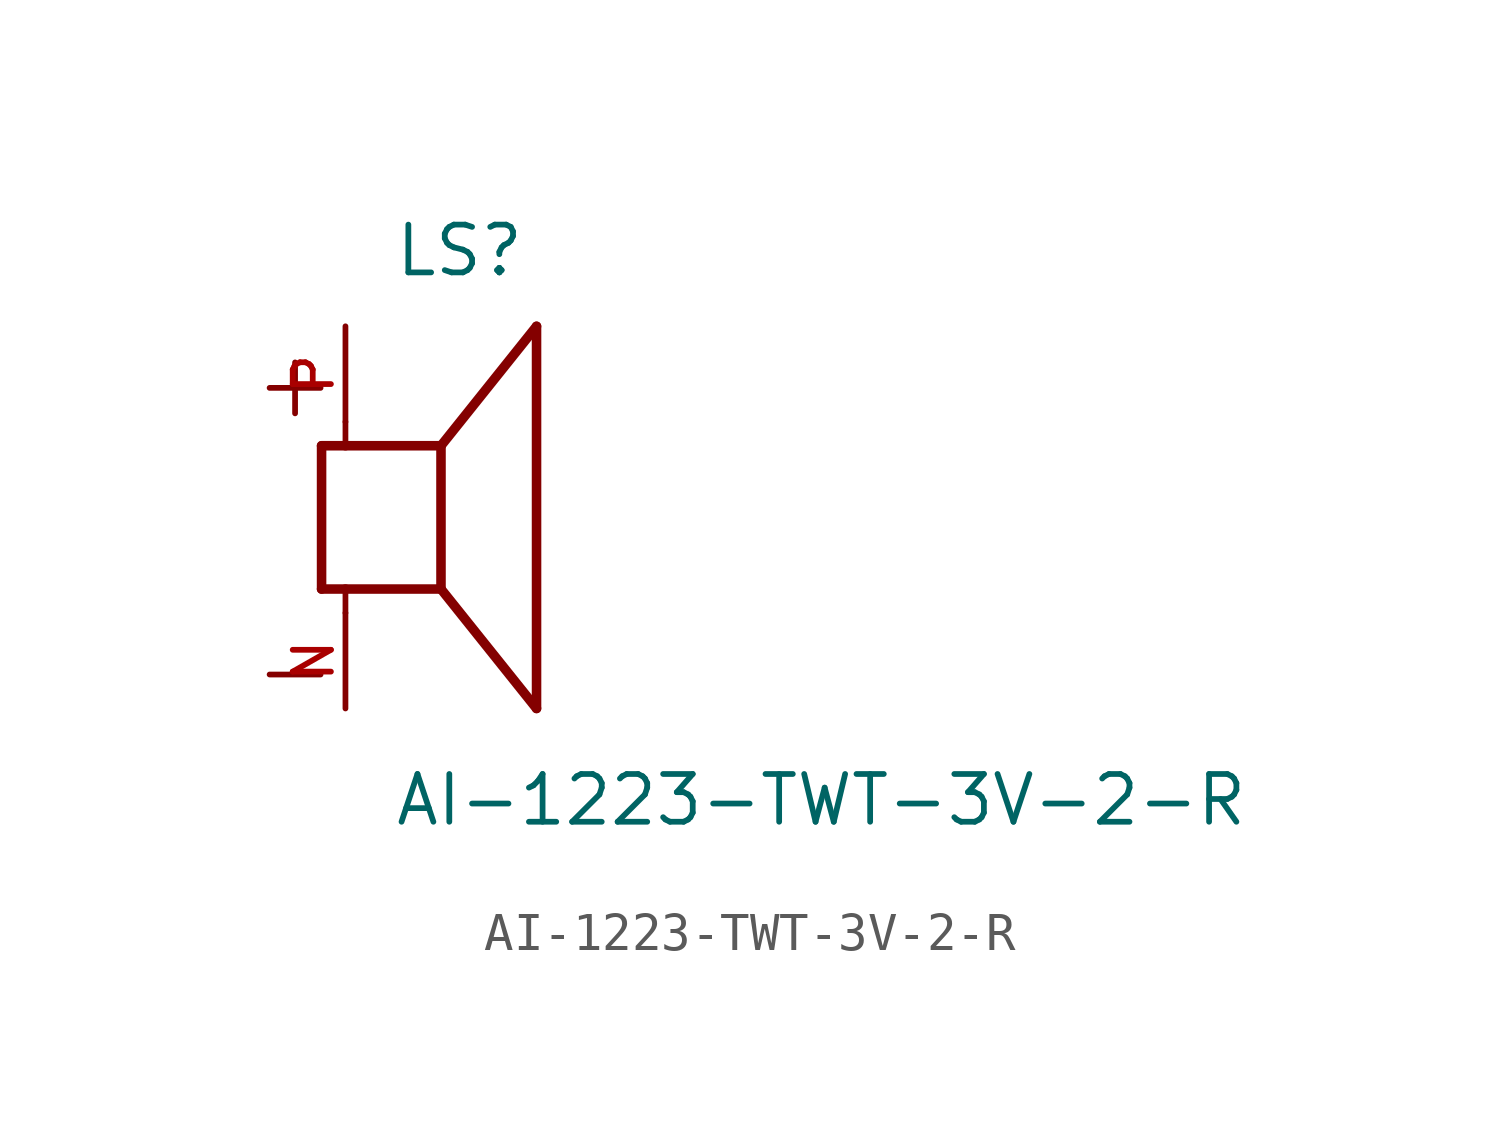
<source format=kicad_sym>
(kicad_symbol_lib
  (version 20211014)
  (generator kicad_symbol_editor)
  (symbol "AI-1223-TWT-3V-2-R"
    (pin_names
      (offset 1.016))
    (property "Reference" "LS"
      (at -1.27 6.35 0)
      (effects (font (size 1.27 1.27)) (justify bottom left)))
    (property "Value" "AI-1223-TWT-3V-2-R"
      (at -1.27 -8.255 0)
      (effects (font (size 1.27 1.27)) (justify bottom left)))
    (symbol "AI-1223-TWT-3V-2-R_0_0"
      (polyline (pts (xy -3.175 1.905) (xy -3.175 -1.905)) (stroke (width 0.254)))
      (polyline (pts (xy -3.175 -1.905) (xy -2.54 -1.905)) (stroke (width 0.254)))
      (polyline (pts (xy 0.0 -1.905) (xy 0.0 1.905)) (stroke (width 0.254)))
      (polyline (pts (xy -3.175 1.905) (xy -2.54 1.905)) (stroke (width 0.254)))
      (polyline (pts (xy 0.0 -1.905) (xy 2.54 -5.08)) (stroke (width 0.254)))
      (polyline (pts (xy 2.54 -5.08) (xy 2.54 5.08)) (stroke (width 0.254)))
      (polyline (pts (xy 0.0 1.905) (xy 2.54 5.08)) (stroke (width 0.254)))
      (polyline (pts (xy -2.54 -2.54) (xy -2.54 -1.905)) (stroke (width 0.152)))
      (polyline (pts (xy -2.54 -1.905) (xy 0.0 -1.905)) (stroke (width 0.254)))
      (polyline (pts (xy -2.54 2.54) (xy -2.54 1.905)) (stroke (width 0.152)))
      (polyline (pts (xy -2.54 1.905) (xy 0.0 1.905)) (stroke (width 0.254)))
      (text "+" (at -5.08 2.54 0) (effects (font (size 1.778 1.778)) (justify bottom left)))
      (text "-" (at -5.08 -5.08 0) (effects (font (size 1.778 1.778)) (justify bottom left)))
      (pin passive line (at -2.54 -5.08 90.0) (length 2.54) (name "~" (effects (font (size 1.016 1.016)))) (number "N" (effects (font (size 1.016 1.016)))))
      (pin passive line (at -2.54 5.08 270.0) (length 2.54) (name "~" (effects (font (size 1.016 1.016)))) (number "P" (effects (font (size 1.016 1.016))))))))
</source>
